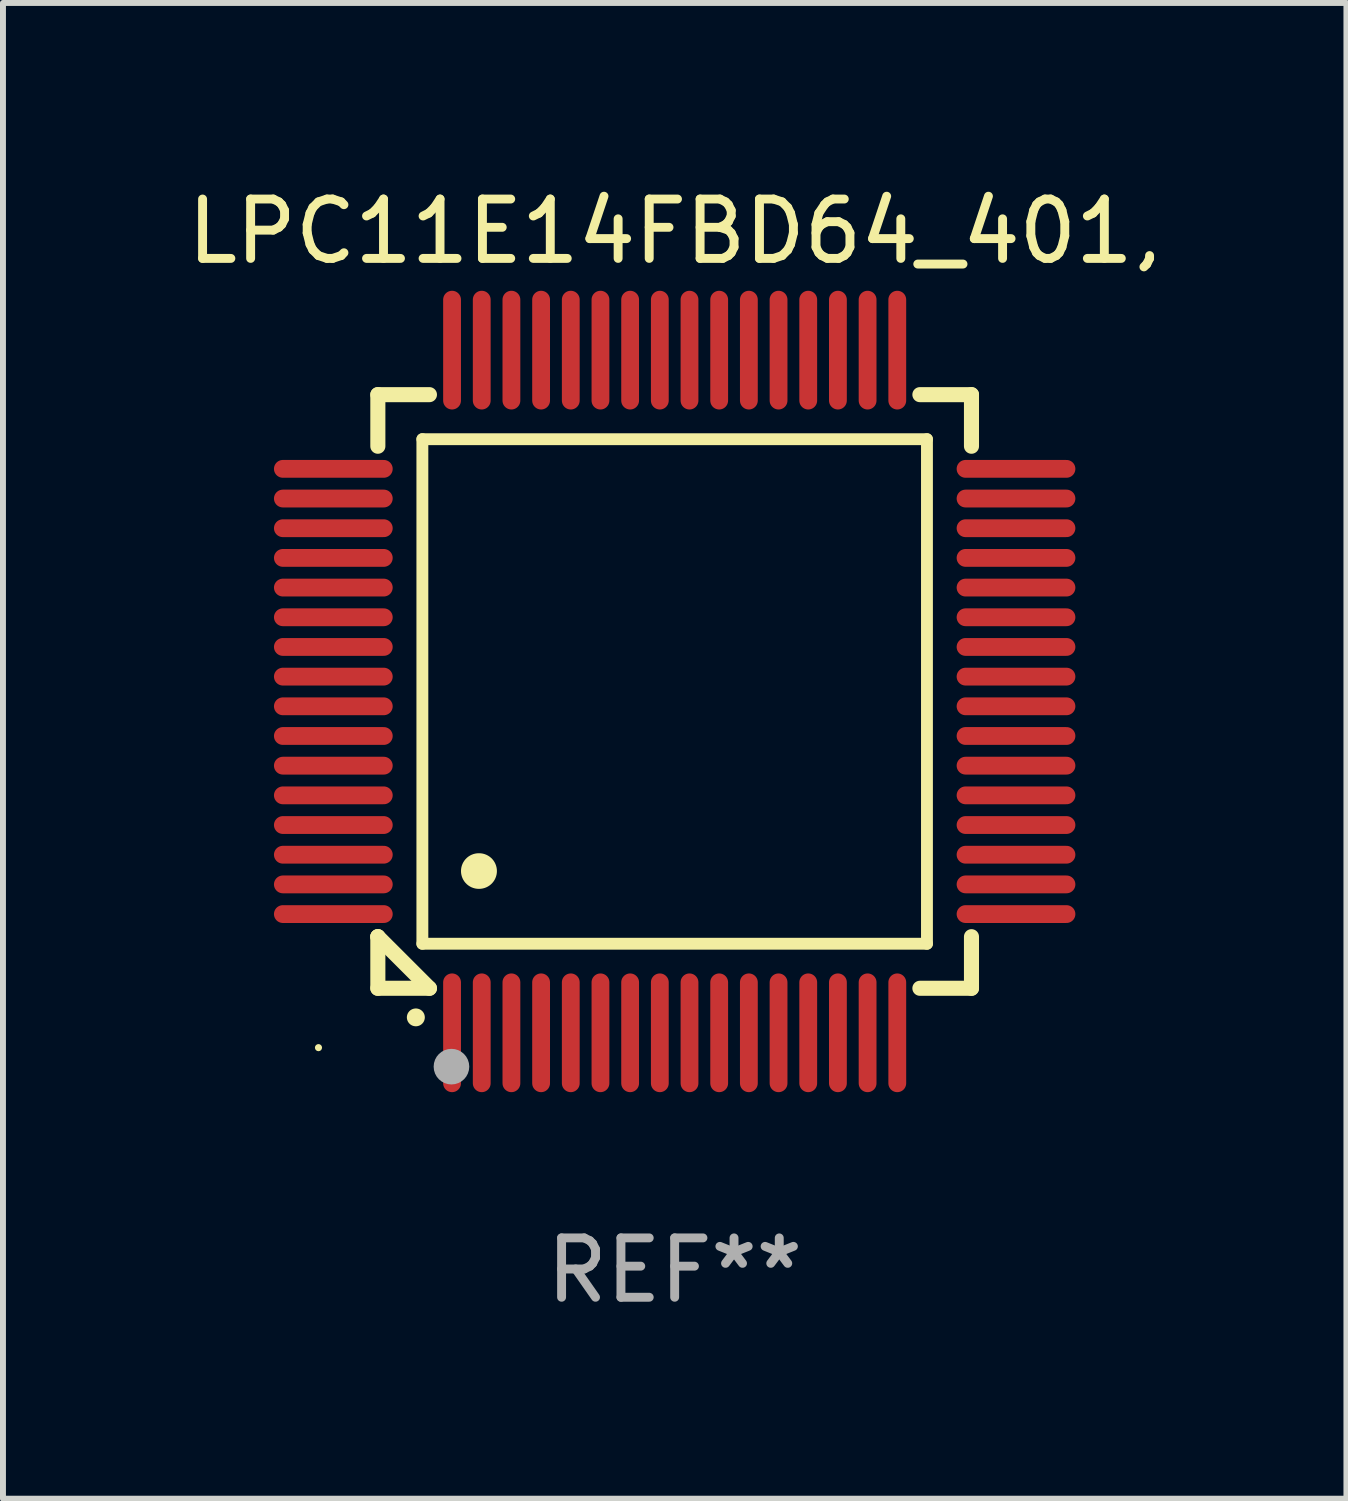
<source format=kicad_pcb>
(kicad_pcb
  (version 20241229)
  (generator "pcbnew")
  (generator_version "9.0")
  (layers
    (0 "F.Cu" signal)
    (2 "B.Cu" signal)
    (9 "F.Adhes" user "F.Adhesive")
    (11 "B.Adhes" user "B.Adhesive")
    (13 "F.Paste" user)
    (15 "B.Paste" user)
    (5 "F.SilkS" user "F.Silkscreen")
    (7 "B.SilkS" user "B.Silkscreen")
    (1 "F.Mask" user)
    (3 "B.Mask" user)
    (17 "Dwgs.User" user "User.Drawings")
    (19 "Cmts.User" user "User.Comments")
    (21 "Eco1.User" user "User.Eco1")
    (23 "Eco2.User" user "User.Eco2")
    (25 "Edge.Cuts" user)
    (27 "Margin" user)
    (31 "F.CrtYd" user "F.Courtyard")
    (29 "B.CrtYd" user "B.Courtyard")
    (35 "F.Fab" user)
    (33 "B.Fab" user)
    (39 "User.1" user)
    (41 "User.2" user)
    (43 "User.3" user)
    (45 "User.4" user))
  (footprint "LPC11E14FBD64_401,"
    (layer "F.Cu")
    (at 8.315 8.598)
    (property "Reference" "LPC11E14FBD64_401," (at 0 -7.75 0) (layer "F.SilkS") (effects (font (size 1 1) (thickness 0.15))))
    (attr through_hole)
    (fp_line (start -5 -5) (end -4.131 -5) (stroke (width 0.254) (type solid)) (layer "F.SilkS"))
    (fp_line (start -5 -4.131) (end -5 -5) (stroke (width 0.254) (type solid)) (layer "F.SilkS"))
    (fp_line (start -5 4.131) (end -5 4.131) (stroke (width 0.254) (type solid)) (layer "F.SilkS"))
    (fp_line (start -5 5) (end -5 4.131) (stroke (width 0.254) (type solid)) (layer "F.SilkS"))
    (fp_line (start -5 4.131) (end -4.131 5) (stroke (width 0.254) (type solid)) (layer "F.SilkS"))
    (fp_line (start -4.25 -4.25) (end -4.25 4.25) (stroke (width 0.2) (type solid)) (layer "F.SilkS"))
    (fp_line (start -4.25 4.25) (end 4.25 4.25) (stroke (width 0.2) (type solid)) (layer "F.SilkS"))
    (fp_line (start -4.131 5) (end -5 5) (stroke (width 0.254) (type solid)) (layer "F.SilkS"))
    (fp_line (start 4.25 -4.25) (end -4.25 -4.25) (stroke (width 0.2) (type solid)) (layer "F.SilkS"))
    (fp_line (start 4.25 4.25) (end 4.25 -4.25) (stroke (width 0.2) (type solid)) (layer "F.SilkS"))
    (fp_line (start 5 -5) (end 4.131 -5) (stroke (width 0.254) (type solid)) (layer "F.SilkS"))
    (fp_line (start 5 -5) (end 5 -4.131) (stroke (width 0.254) (type solid)) (layer "F.SilkS"))
    (fp_line (start 5 4.131) (end 5 5) (stroke (width 0.254) (type solid)) (layer "F.SilkS"))
    (fp_line (start 5 5) (end 4.131 5) (stroke (width 0.254) (type solid)) (layer "F.SilkS"))
    (fp_arc (start -4.361265 5.489992) (mid -4.359995 5.489987) (end -4.358725 5.489992) (stroke (width 0.3) (type solid)) (layer "F.SilkS"))
    (fp_arc (start -3.299467 3.025146) (mid -3.296927 3.025135) (end -3.294387 3.025146) (stroke (width 0.6) (type solid)) (layer "F.SilkS"))
    (fp_circle (center -6 6) (end -5.97 6) (stroke (width 0.06) (type solid)) (fill no) (layer "F.SilkS"))
    (fp_circle (center -3.76 6.32) (end -3.61 6.32) (stroke (width 0.3) (type solid)) (fill no) (layer "F.Fab"))
    (fp_text user "REF**" (at 0 9.75 0) (layer "F.Fab") (effects (font (size 1 1) (thickness 0.15))))
    (pad "1" smd oval (at -3.75 5.75) (size 0.3 2) (layers "F.Cu" "F.Mask" "F.Paste"))
    (pad "2" smd oval (at -3.25 5.75) (size 0.3 2) (layers "F.Cu" "F.Mask" "F.Paste"))
    (pad "3" smd oval (at -2.75 5.75) (size 0.3 2) (layers "F.Cu" "F.Mask" "F.Paste"))
    (pad "4" smd oval (at -2.25 5.75) (size 0.3 2) (layers "F.Cu" "F.Mask" "F.Paste"))
    (pad "5" smd oval (at -1.75 5.75) (size 0.3 2) (layers "F.Cu" "F.Mask" "F.Paste"))
    (pad "6" smd oval (at -1.25 5.75) (size 0.3 2) (layers "F.Cu" "F.Mask" "F.Paste"))
    (pad "7" smd oval (at -0.75 5.75) (size 0.3 2) (layers "F.Cu" "F.Mask" "F.Paste"))
    (pad "8" smd oval (at -0.25 5.75) (size 0.3 2) (layers "F.Cu" "F.Mask" "F.Paste"))
    (pad "9" smd oval (at 0.25 5.75) (size 0.3 2) (layers "F.Cu" "F.Mask" "F.Paste"))
    (pad "10" smd oval (at 0.75 5.75) (size 0.3 2) (layers "F.Cu" "F.Mask" "F.Paste"))
    (pad "11" smd oval (at 1.25 5.75) (size 0.3 2) (layers "F.Cu" "F.Mask" "F.Paste"))
    (pad "12" smd oval (at 1.75 5.75) (size 0.3 2) (layers "F.Cu" "F.Mask" "F.Paste"))
    (pad "13" smd oval (at 2.25 5.75) (size 0.3 2) (layers "F.Cu" "F.Mask" "F.Paste"))
    (pad "14" smd oval (at 2.75 5.75) (size 0.3 2) (layers "F.Cu" "F.Mask" "F.Paste"))
    (pad "15" smd oval (at 3.25 5.75) (size 0.3 2) (layers "F.Cu" "F.Mask" "F.Paste"))
    (pad "16" smd oval (at 3.75 5.75) (size 0.3 2) (layers "F.Cu" "F.Mask" "F.Paste"))
    (pad "17" smd oval (at 5.75 3.75) (size 2 0.3) (layers "F.Cu" "F.Mask" "F.Paste"))
    (pad "18" smd oval (at 5.75 3.25) (size 2 0.3) (layers "F.Cu" "F.Mask" "F.Paste"))
    (pad "19" smd oval (at 5.75 2.75) (size 2 0.3) (layers "F.Cu" "F.Mask" "F.Paste"))
    (pad "20" smd oval (at 5.75 2.25) (size 2 0.3) (layers "F.Cu" "F.Mask" "F.Paste"))
    (pad "21" smd oval (at 5.75 1.75) (size 2 0.3) (layers "F.Cu" "F.Mask" "F.Paste"))
    (pad "22" smd oval (at 5.75 1.25) (size 2 0.3) (layers "F.Cu" "F.Mask" "F.Paste"))
    (pad "23" smd oval (at 5.75 0.75) (size 2 0.3) (layers "F.Cu" "F.Mask" "F.Paste"))
    (pad "24" smd oval (at 5.75 0.25) (size 2 0.3) (layers "F.Cu" "F.Mask" "F.Paste"))
    (pad "25" smd oval (at 5.75 -0.25) (size 2 0.3) (layers "F.Cu" "F.Mask" "F.Paste"))
    (pad "26" smd oval (at 5.75 -0.75) (size 2 0.3) (layers "F.Cu" "F.Mask" "F.Paste"))
    (pad "27" smd oval (at 5.75 -1.25) (size 2 0.3) (layers "F.Cu" "F.Mask" "F.Paste"))
    (pad "28" smd oval (at 5.75 -1.75) (size 2 0.3) (layers "F.Cu" "F.Mask" "F.Paste"))
    (pad "29" smd oval (at 5.75 -2.25) (size 2 0.3) (layers "F.Cu" "F.Mask" "F.Paste"))
    (pad "30" smd oval (at 5.75 -2.75) (size 2 0.3) (layers "F.Cu" "F.Mask" "F.Paste"))
    (pad "31" smd oval (at 5.75 -3.25) (size 2 0.3) (layers "F.Cu" "F.Mask" "F.Paste"))
    (pad "32" smd oval (at 5.75 -3.75) (size 2 0.3) (layers "F.Cu" "F.Mask" "F.Paste"))
    (pad "33" smd oval (at 3.75 -5.75) (size 0.3 2) (layers "F.Cu" "F.Mask" "F.Paste"))
    (pad "34" smd oval (at 3.25 -5.75) (size 0.3 2) (layers "F.Cu" "F.Mask" "F.Paste"))
    (pad "35" smd oval (at 2.75 -5.75) (size 0.3 2) (layers "F.Cu" "F.Mask" "F.Paste"))
    (pad "36" smd oval (at 2.25 -5.75) (size 0.3 2) (layers "F.Cu" "F.Mask" "F.Paste"))
    (pad "37" smd oval (at 1.75 -5.75) (size 0.3 2) (layers "F.Cu" "F.Mask" "F.Paste"))
    (pad "38" smd oval (at 1.25 -5.75) (size 0.3 2) (layers "F.Cu" "F.Mask" "F.Paste"))
    (pad "39" smd oval (at 0.75 -5.75) (size 0.3 2) (layers "F.Cu" "F.Mask" "F.Paste"))
    (pad "40" smd oval (at 0.25 -5.75) (size 0.3 2) (layers "F.Cu" "F.Mask" "F.Paste"))
    (pad "41" smd oval (at -0.25 -5.75) (size 0.3 2) (layers "F.Cu" "F.Mask" "F.Paste"))
    (pad "42" smd oval (at -0.75 -5.75) (size 0.3 2) (layers "F.Cu" "F.Mask" "F.Paste"))
    (pad "43" smd oval (at -1.25 -5.75) (size 0.3 2) (layers "F.Cu" "F.Mask" "F.Paste"))
    (pad "44" smd oval (at -1.75 -5.75) (size 0.3 2) (layers "F.Cu" "F.Mask" "F.Paste"))
    (pad "45" smd oval (at -2.25 -5.75) (size 0.3 2) (layers "F.Cu" "F.Mask" "F.Paste"))
    (pad "46" smd oval (at -2.75 -5.75) (size 0.3 2) (layers "F.Cu" "F.Mask" "F.Paste"))
    (pad "47" smd oval (at -3.25 -5.75) (size 0.3 2) (layers "F.Cu" "F.Mask" "F.Paste"))
    (pad "48" smd oval (at -3.75 -5.75) (size 0.3 2) (layers "F.Cu" "F.Mask" "F.Paste"))
    (pad "49" smd oval (at -5.75 -3.75) (size 2 0.3) (layers "F.Cu" "F.Mask" "F.Paste"))
    (pad "50" smd oval (at -5.75 -3.25) (size 2 0.3) (layers "F.Cu" "F.Mask" "F.Paste"))
    (pad "51" smd oval (at -5.75 -2.75) (size 2 0.3) (layers "F.Cu" "F.Mask" "F.Paste"))
    (pad "52" smd oval (at -5.75 -2.25) (size 2 0.3) (layers "F.Cu" "F.Mask" "F.Paste"))
    (pad "53" smd oval (at -5.75 -1.75) (size 2 0.3) (layers "F.Cu" "F.Mask" "F.Paste"))
    (pad "54" smd oval (at -5.75 -1.25) (size 2 0.3) (layers "F.Cu" "F.Mask" "F.Paste"))
    (pad "55" smd oval (at -5.75 -0.75) (size 2 0.3) (layers "F.Cu" "F.Mask" "F.Paste"))
    (pad "56" smd oval (at -5.75 -0.25) (size 2 0.3) (layers "F.Cu" "F.Mask" "F.Paste"))
    (pad "57" smd oval (at -5.75 0.25) (size 2 0.3) (layers "F.Cu" "F.Mask" "F.Paste"))
    (pad "58" smd oval (at -5.75 0.75) (size 2 0.3) (layers "F.Cu" "F.Mask" "F.Paste"))
    (pad "59" smd oval (at -5.75 1.25) (size 2 0.3) (layers "F.Cu" "F.Mask" "F.Paste"))
    (pad "60" smd oval (at -5.75 1.75) (size 2 0.3) (layers "F.Cu" "F.Mask" "F.Paste"))
    (pad "61" smd oval (at -5.75 2.25) (size 2 0.3) (layers "F.Cu" "F.Mask" "F.Paste"))
    (pad "62" smd oval (at -5.75 2.75) (size 2 0.3) (layers "F.Cu" "F.Mask" "F.Paste"))
    (pad "63" smd oval (at -5.75 3.25) (size 2 0.3) (layers "F.Cu" "F.Mask" "F.Paste"))
    (pad "64" smd oval (at -5.75 3.75) (size 2 0.3) (layers "F.Cu" "F.Mask" "F.Paste")))
  (gr_rect
    (start -3 -3)
    (end 19.631 22.196)
    (stroke (width 0.1) (type default))
    (fill no)
    (layer "Edge.Cuts")))
</source>
